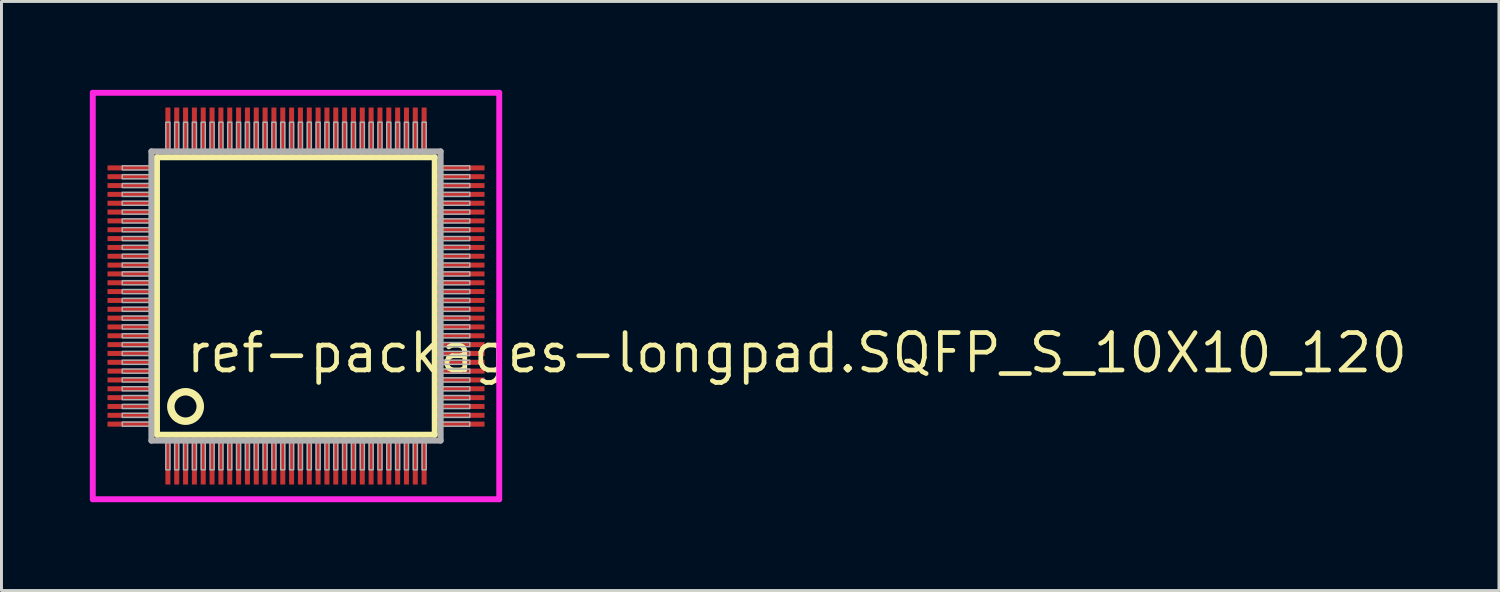
<source format=kicad_pcb>
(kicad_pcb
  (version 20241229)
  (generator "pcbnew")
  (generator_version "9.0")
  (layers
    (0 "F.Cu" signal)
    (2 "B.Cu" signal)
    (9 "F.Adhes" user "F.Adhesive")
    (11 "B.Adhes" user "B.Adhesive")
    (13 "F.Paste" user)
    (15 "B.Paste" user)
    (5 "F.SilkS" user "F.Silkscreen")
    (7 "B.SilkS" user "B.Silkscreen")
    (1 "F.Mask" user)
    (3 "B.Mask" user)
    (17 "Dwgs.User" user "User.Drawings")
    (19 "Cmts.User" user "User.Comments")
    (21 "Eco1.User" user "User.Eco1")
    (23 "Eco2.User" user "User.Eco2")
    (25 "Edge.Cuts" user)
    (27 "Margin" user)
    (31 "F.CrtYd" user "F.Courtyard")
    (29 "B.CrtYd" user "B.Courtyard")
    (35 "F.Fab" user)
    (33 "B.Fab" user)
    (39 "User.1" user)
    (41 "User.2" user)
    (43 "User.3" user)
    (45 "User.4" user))
  (footprint "ref-packages-longpad.SQFP_S_10X10_120"
    (layer "F.Cu")
    (at 7 7)
    (property "Reference" "ref-packages-longpad.SQFP_S_10X10_120" (at -3.81 2.675 0) (layer "F.SilkS") (effects (font (size 1.27 1.27) (thickness 0.16)) (justify left bottom)))
    (attr smd)
    (fp_line (start -4.72 -4.71) (end 4.71 -4.71) (stroke (width 0.203) (type default)) (layer "F.SilkS"))
    (fp_line (start -4.72 4.71) (end -4.72 -4.71) (stroke (width 0.203) (type default)) (layer "F.SilkS"))
    (fp_line (start 4.71 -4.71) (end 4.71 4.71) (stroke (width 0.203) (type default)) (layer "F.SilkS"))
    (fp_line (start 4.71 4.71) (end -4.72 4.71) (stroke (width 0.203) (type default)) (layer "F.SilkS"))
    (fp_circle (center -3.75 3.75) (end -3.25 3.75) (stroke (width 0.254) (type default)) (fill no) (layer "F.SilkS"))
    (fp_line (start -6.9 -6.9) (end 6.9 -6.9) (stroke (width 0.2) (type default)) (layer "F.CrtYd"))
    (fp_line (start -6.9 6.9) (end -6.9 -6.9) (stroke (width 0.2) (type default)) (layer "F.CrtYd"))
    (fp_line (start 6.9 -6.9) (end 6.9 6.9) (stroke (width 0.2) (type default)) (layer "F.CrtYd"))
    (fp_line (start 6.9 6.9) (end -6.9 6.9) (stroke (width 0.2) (type default)) (layer "F.CrtYd"))
    (fp_line (start -4.91 -4.91) (end -4.91 4.91) (stroke (width 0.203) (type default)) (layer "F.Fab"))
    (fp_line (start -4.91 4.91) (end 4.91 4.91) (stroke (width 0.203) (type default)) (layer "F.Fab"))
    (fp_line (start 4.91 -4.91) (end -4.91 -4.91) (stroke (width 0.203) (type default)) (layer "F.Fab"))
    (fp_line (start 4.91 4.91) (end 4.91 -4.91) (stroke (width 0.203) (type default)) (layer "F.Fab"))
    (fp_rect (start -5.9 -4.28) (end -4.95 -4.42) (stroke (width 0.05) (type default)) (fill no) (layer "F.Fab"))
    (fp_rect (start -5.9 -3.98) (end -4.95 -4.12) (stroke (width 0.05) (type default)) (fill no) (layer "F.Fab"))
    (fp_rect (start -5.9 -3.68) (end -4.95 -3.82) (stroke (width 0.05) (type default)) (fill no) (layer "F.Fab"))
    (fp_rect (start -5.9 -3.38) (end -4.95 -3.52) (stroke (width 0.05) (type default)) (fill no) (layer "F.Fab"))
    (fp_rect (start -5.9 -3.08) (end -4.95 -3.22) (stroke (width 0.05) (type default)) (fill no) (layer "F.Fab"))
    (fp_rect (start -5.9 -2.78) (end -4.95 -2.92) (stroke (width 0.05) (type default)) (fill no) (layer "F.Fab"))
    (fp_rect (start -5.9 -2.48) (end -4.95 -2.62) (stroke (width 0.05) (type default)) (fill no) (layer "F.Fab"))
    (fp_rect (start -5.9 -2.18) (end -4.95 -2.32) (stroke (width 0.05) (type default)) (fill no) (layer "F.Fab"))
    (fp_rect (start -5.9 -1.88) (end -4.95 -2.02) (stroke (width 0.05) (type default)) (fill no) (layer "F.Fab"))
    (fp_rect (start -5.9 -1.58) (end -4.95 -1.72) (stroke (width 0.05) (type default)) (fill no) (layer "F.Fab"))
    (fp_rect (start -5.9 -1.28) (end -4.95 -1.42) (stroke (width 0.05) (type default)) (fill no) (layer "F.Fab"))
    (fp_rect (start -5.9 -0.98) (end -4.95 -1.12) (stroke (width 0.05) (type default)) (fill no) (layer "F.Fab"))
    (fp_rect (start -5.9 -0.68) (end -4.95 -0.82) (stroke (width 0.05) (type default)) (fill no) (layer "F.Fab"))
    (fp_rect (start -5.9 -0.38) (end -4.95 -0.52) (stroke (width 0.05) (type default)) (fill no) (layer "F.Fab"))
    (fp_rect (start -5.9 -0.08) (end -4.95 -0.22) (stroke (width 0.05) (type default)) (fill no) (layer "F.Fab"))
    (fp_rect (start -5.9 0.22) (end -4.95 0.08) (stroke (width 0.05) (type default)) (fill no) (layer "F.Fab"))
    (fp_rect (start -5.9 0.52) (end -4.95 0.38) (stroke (width 0.05) (type default)) (fill no) (layer "F.Fab"))
    (fp_rect (start -5.9 0.82) (end -4.95 0.68) (stroke (width 0.05) (type default)) (fill no) (layer "F.Fab"))
    (fp_rect (start -5.9 1.12) (end -4.95 0.98) (stroke (width 0.05) (type default)) (fill no) (layer "F.Fab"))
    (fp_rect (start -5.9 1.42) (end -4.95 1.28) (stroke (width 0.05) (type default)) (fill no) (layer "F.Fab"))
    (fp_rect (start -5.9 1.72) (end -4.95 1.58) (stroke (width 0.05) (type default)) (fill no) (layer "F.Fab"))
    (fp_rect (start -5.9 2.02) (end -4.95 1.88) (stroke (width 0.05) (type default)) (fill no) (layer "F.Fab"))
    (fp_rect (start -5.9 2.32) (end -4.95 2.18) (stroke (width 0.05) (type default)) (fill no) (layer "F.Fab"))
    (fp_rect (start -5.9 2.62) (end -4.95 2.48) (stroke (width 0.05) (type default)) (fill no) (layer "F.Fab"))
    (fp_rect (start -5.9 2.92) (end -4.95 2.78) (stroke (width 0.05) (type default)) (fill no) (layer "F.Fab"))
    (fp_rect (start -5.9 3.22) (end -4.95 3.08) (stroke (width 0.05) (type default)) (fill no) (layer "F.Fab"))
    (fp_rect (start -5.9 3.52) (end -4.95 3.38) (stroke (width 0.05) (type default)) (fill no) (layer "F.Fab"))
    (fp_rect (start -5.9 3.82) (end -4.95 3.68) (stroke (width 0.05) (type default)) (fill no) (layer "F.Fab"))
    (fp_rect (start -5.9 4.12) (end -4.95 3.98) (stroke (width 0.05) (type default)) (fill no) (layer "F.Fab"))
    (fp_rect (start -5.9 4.42) (end -4.95 4.28) (stroke (width 0.05) (type default)) (fill no) (layer "F.Fab"))
    (fp_rect (start -4.42 -4.95) (end -4.28 -5.9) (stroke (width 0.05) (type default)) (fill no) (layer "F.Fab"))
    (fp_rect (start -4.42 5.9) (end -4.28 4.95) (stroke (width 0.05) (type default)) (fill no) (layer "F.Fab"))
    (fp_rect (start -4.12 -4.95) (end -3.98 -5.9) (stroke (width 0.05) (type default)) (fill no) (layer "F.Fab"))
    (fp_rect (start -4.12 5.9) (end -3.98 4.95) (stroke (width 0.05) (type default)) (fill no) (layer "F.Fab"))
    (fp_rect (start -3.82 -4.95) (end -3.68 -5.9) (stroke (width 0.05) (type default)) (fill no) (layer "F.Fab"))
    (fp_rect (start -3.82 5.9) (end -3.68 4.95) (stroke (width 0.05) (type default)) (fill no) (layer "F.Fab"))
    (fp_rect (start -3.52 -4.95) (end -3.38 -5.9) (stroke (width 0.05) (type default)) (fill no) (layer "F.Fab"))
    (fp_rect (start -3.52 5.9) (end -3.38 4.95) (stroke (width 0.05) (type default)) (fill no) (layer "F.Fab"))
    (fp_rect (start -3.22 -4.95) (end -3.08 -5.9) (stroke (width 0.05) (type default)) (fill no) (layer "F.Fab"))
    (fp_rect (start -3.22 5.9) (end -3.08 4.95) (stroke (width 0.05) (type default)) (fill no) (layer "F.Fab"))
    (fp_rect (start -2.92 -4.95) (end -2.78 -5.9) (stroke (width 0.05) (type default)) (fill no) (layer "F.Fab"))
    (fp_rect (start -2.92 5.9) (end -2.78 4.95) (stroke (width 0.05) (type default)) (fill no) (layer "F.Fab"))
    (fp_rect (start -2.62 -4.95) (end -2.48 -5.9) (stroke (width 0.05) (type default)) (fill no) (layer "F.Fab"))
    (fp_rect (start -2.62 5.9) (end -2.48 4.95) (stroke (width 0.05) (type default)) (fill no) (layer "F.Fab"))
    (fp_rect (start -2.32 -4.95) (end -2.18 -5.9) (stroke (width 0.05) (type default)) (fill no) (layer "F.Fab"))
    (fp_rect (start -2.32 5.9) (end -2.18 4.95) (stroke (width 0.05) (type default)) (fill no) (layer "F.Fab"))
    (fp_rect (start -2.02 -4.95) (end -1.88 -5.9) (stroke (width 0.05) (type default)) (fill no) (layer "F.Fab"))
    (fp_rect (start -2.02 5.9) (end -1.88 4.95) (stroke (width 0.05) (type default)) (fill no) (layer "F.Fab"))
    (fp_rect (start -1.72 -4.95) (end -1.58 -5.9) (stroke (width 0.05) (type default)) (fill no) (layer "F.Fab"))
    (fp_rect (start -1.72 5.9) (end -1.58 4.95) (stroke (width 0.05) (type default)) (fill no) (layer "F.Fab"))
    (fp_rect (start -1.42 -4.95) (end -1.28 -5.9) (stroke (width 0.05) (type default)) (fill no) (layer "F.Fab"))
    (fp_rect (start -1.42 5.9) (end -1.28 4.95) (stroke (width 0.05) (type default)) (fill no) (layer "F.Fab"))
    (fp_rect (start -1.12 -4.95) (end -0.98 -5.9) (stroke (width 0.05) (type default)) (fill no) (layer "F.Fab"))
    (fp_rect (start -1.12 5.9) (end -0.98 4.95) (stroke (width 0.05) (type default)) (fill no) (layer "F.Fab"))
    (fp_rect (start -0.82 -4.95) (end -0.68 -5.9) (stroke (width 0.05) (type default)) (fill no) (layer "F.Fab"))
    (fp_rect (start -0.82 5.9) (end -0.68 4.95) (stroke (width 0.05) (type default)) (fill no) (layer "F.Fab"))
    (fp_rect (start -0.52 -4.95) (end -0.38 -5.9) (stroke (width 0.05) (type default)) (fill no) (layer "F.Fab"))
    (fp_rect (start -0.52 5.9) (end -0.38 4.95) (stroke (width 0.05) (type default)) (fill no) (layer "F.Fab"))
    (fp_rect (start -0.22 -4.95) (end -0.08 -5.9) (stroke (width 0.05) (type default)) (fill no) (layer "F.Fab"))
    (fp_rect (start -0.22 5.9) (end -0.08 4.95) (stroke (width 0.05) (type default)) (fill no) (layer "F.Fab"))
    (fp_rect (start 0.08 -4.95) (end 0.22 -5.9) (stroke (width 0.05) (type default)) (fill no) (layer "F.Fab"))
    (fp_rect (start 0.08 5.9) (end 0.22 4.95) (stroke (width 0.05) (type default)) (fill no) (layer "F.Fab"))
    (fp_rect (start 0.38 -4.95) (end 0.52 -5.9) (stroke (width 0.05) (type default)) (fill no) (layer "F.Fab"))
    (fp_rect (start 0.38 5.9) (end 0.52 4.95) (stroke (width 0.05) (type default)) (fill no) (layer "F.Fab"))
    (fp_rect (start 0.68 -4.95) (end 0.82 -5.9) (stroke (width 0.05) (type default)) (fill no) (layer "F.Fab"))
    (fp_rect (start 0.68 5.9) (end 0.82 4.95) (stroke (width 0.05) (type default)) (fill no) (layer "F.Fab"))
    (fp_rect (start 0.98 -4.95) (end 1.12 -5.9) (stroke (width 0.05) (type default)) (fill no) (layer "F.Fab"))
    (fp_rect (start 0.98 5.9) (end 1.12 4.95) (stroke (width 0.05) (type default)) (fill no) (layer "F.Fab"))
    (fp_rect (start 1.28 -4.95) (end 1.42 -5.9) (stroke (width 0.05) (type default)) (fill no) (layer "F.Fab"))
    (fp_rect (start 1.28 5.9) (end 1.42 4.95) (stroke (width 0.05) (type default)) (fill no) (layer "F.Fab"))
    (fp_rect (start 1.58 -4.95) (end 1.72 -5.9) (stroke (width 0.05) (type default)) (fill no) (layer "F.Fab"))
    (fp_rect (start 1.58 5.9) (end 1.72 4.95) (stroke (width 0.05) (type default)) (fill no) (layer "F.Fab"))
    (fp_rect (start 1.88 -4.95) (end 2.02 -5.9) (stroke (width 0.05) (type default)) (fill no) (layer "F.Fab"))
    (fp_rect (start 1.88 5.9) (end 2.02 4.95) (stroke (width 0.05) (type default)) (fill no) (layer "F.Fab"))
    (fp_rect (start 2.18 -4.95) (end 2.32 -5.9) (stroke (width 0.05) (type default)) (fill no) (layer "F.Fab"))
    (fp_rect (start 2.18 5.9) (end 2.32 4.95) (stroke (width 0.05) (type default)) (fill no) (layer "F.Fab"))
    (fp_rect (start 2.48 -4.95) (end 2.62 -5.9) (stroke (width 0.05) (type default)) (fill no) (layer "F.Fab"))
    (fp_rect (start 2.48 5.9) (end 2.62 4.95) (stroke (width 0.05) (type default)) (fill no) (layer "F.Fab"))
    (fp_rect (start 2.78 -4.95) (end 2.92 -5.9) (stroke (width 0.05) (type default)) (fill no) (layer "F.Fab"))
    (fp_rect (start 2.78 5.9) (end 2.92 4.95) (stroke (width 0.05) (type default)) (fill no) (layer "F.Fab"))
    (fp_rect (start 3.08 -4.95) (end 3.22 -5.9) (stroke (width 0.05) (type default)) (fill no) (layer "F.Fab"))
    (fp_rect (start 3.08 5.9) (end 3.22 4.95) (stroke (width 0.05) (type default)) (fill no) (layer "F.Fab"))
    (fp_rect (start 3.38 -4.95) (end 3.52 -5.9) (stroke (width 0.05) (type default)) (fill no) (layer "F.Fab"))
    (fp_rect (start 3.38 5.9) (end 3.52 4.95) (stroke (width 0.05) (type default)) (fill no) (layer "F.Fab"))
    (fp_rect (start 3.68 -4.95) (end 3.82 -5.9) (stroke (width 0.05) (type default)) (fill no) (layer "F.Fab"))
    (fp_rect (start 3.68 5.9) (end 3.82 4.95) (stroke (width 0.05) (type default)) (fill no) (layer "F.Fab"))
    (fp_rect (start 3.98 -4.95) (end 4.12 -5.9) (stroke (width 0.05) (type default)) (fill no) (layer "F.Fab"))
    (fp_rect (start 3.98 5.9) (end 4.12 4.95) (stroke (width 0.05) (type default)) (fill no) (layer "F.Fab"))
    (fp_rect (start 4.28 -4.95) (end 4.42 -5.9) (stroke (width 0.05) (type default)) (fill no) (layer "F.Fab"))
    (fp_rect (start 4.28 5.9) (end 4.42 4.95) (stroke (width 0.05) (type default)) (fill no) (layer "F.Fab"))
    (fp_rect (start 4.95 -4.28) (end 5.9 -4.42) (stroke (width 0.05) (type default)) (fill no) (layer "F.Fab"))
    (fp_rect (start 4.95 -3.98) (end 5.9 -4.12) (stroke (width 0.05) (type default)) (fill no) (layer "F.Fab"))
    (fp_rect (start 4.95 -3.68) (end 5.9 -3.82) (stroke (width 0.05) (type default)) (fill no) (layer "F.Fab"))
    (fp_rect (start 4.95 -3.38) (end 5.9 -3.52) (stroke (width 0.05) (type default)) (fill no) (layer "F.Fab"))
    (fp_rect (start 4.95 -3.08) (end 5.9 -3.22) (stroke (width 0.05) (type default)) (fill no) (layer "F.Fab"))
    (fp_rect (start 4.95 -2.78) (end 5.9 -2.92) (stroke (width 0.05) (type default)) (fill no) (layer "F.Fab"))
    (fp_rect (start 4.95 -2.48) (end 5.9 -2.62) (stroke (width 0.05) (type default)) (fill no) (layer "F.Fab"))
    (fp_rect (start 4.95 -2.18) (end 5.9 -2.32) (stroke (width 0.05) (type default)) (fill no) (layer "F.Fab"))
    (fp_rect (start 4.95 -1.88) (end 5.9 -2.02) (stroke (width 0.05) (type default)) (fill no) (layer "F.Fab"))
    (fp_rect (start 4.95 -1.58) (end 5.9 -1.72) (stroke (width 0.05) (type default)) (fill no) (layer "F.Fab"))
    (fp_rect (start 4.95 -1.28) (end 5.9 -1.42) (stroke (width 0.05) (type default)) (fill no) (layer "F.Fab"))
    (fp_rect (start 4.95 -0.98) (end 5.9 -1.12) (stroke (width 0.05) (type default)) (fill no) (layer "F.Fab"))
    (fp_rect (start 4.95 -0.68) (end 5.9 -0.82) (stroke (width 0.05) (type default)) (fill no) (layer "F.Fab"))
    (fp_rect (start 4.95 -0.38) (end 5.9 -0.52) (stroke (width 0.05) (type default)) (fill no) (layer "F.Fab"))
    (fp_rect (start 4.95 -0.08) (end 5.9 -0.22) (stroke (width 0.05) (type default)) (fill no) (layer "F.Fab"))
    (fp_rect (start 4.95 0.22) (end 5.9 0.08) (stroke (width 0.05) (type default)) (fill no) (layer "F.Fab"))
    (fp_rect (start 4.95 0.52) (end 5.9 0.38) (stroke (width 0.05) (type default)) (fill no) (layer "F.Fab"))
    (fp_rect (start 4.95 0.82) (end 5.9 0.68) (stroke (width 0.05) (type default)) (fill no) (layer "F.Fab"))
    (fp_rect (start 4.95 1.12) (end 5.9 0.98) (stroke (width 0.05) (type default)) (fill no) (layer "F.Fab"))
    (fp_rect (start 4.95 1.42) (end 5.9 1.28) (stroke (width 0.05) (type default)) (fill no) (layer "F.Fab"))
    (fp_rect (start 4.95 1.72) (end 5.9 1.58) (stroke (width 0.05) (type default)) (fill no) (layer "F.Fab"))
    (fp_rect (start 4.95 2.02) (end 5.9 1.88) (stroke (width 0.05) (type default)) (fill no) (layer "F.Fab"))
    (fp_rect (start 4.95 2.32) (end 5.9 2.18) (stroke (width 0.05) (type default)) (fill no) (layer "F.Fab"))
    (fp_rect (start 4.95 2.62) (end 5.9 2.48) (stroke (width 0.05) (type default)) (fill no) (layer "F.Fab"))
    (fp_rect (start 4.95 2.92) (end 5.9 2.78) (stroke (width 0.05) (type default)) (fill no) (layer "F.Fab"))
    (fp_rect (start 4.95 3.22) (end 5.9 3.08) (stroke (width 0.05) (type default)) (fill no) (layer "F.Fab"))
    (fp_rect (start 4.95 3.52) (end 5.9 3.38) (stroke (width 0.05) (type default)) (fill no) (layer "F.Fab"))
    (fp_rect (start 4.95 3.82) (end 5.9 3.68) (stroke (width 0.05) (type default)) (fill no) (layer "F.Fab"))
    (fp_rect (start 4.95 4.12) (end 5.9 3.98) (stroke (width 0.05) (type default)) (fill no) (layer "F.Fab"))
    (fp_rect (start 4.95 4.42) (end 5.9 4.28) (stroke (width 0.05) (type default)) (fill no) (layer "F.Fab"))
    (pad "1" smd roundrect (at -4.35 5.6) (size 0.17 1.6) (layers "F.Cu" "F.Mask" "F.Paste") (roundrect_rratio 0.01))
    (pad "2" smd roundrect (at -4.05 5.6) (size 0.17 1.6) (layers "F.Cu" "F.Mask" "F.Paste") (roundrect_rratio 0.01))
    (pad "3" smd roundrect (at -3.75 5.6) (size 0.17 1.6) (layers "F.Cu" "F.Mask" "F.Paste") (roundrect_rratio 0.01))
    (pad "4" smd roundrect (at -3.45 5.6) (size 0.17 1.6) (layers "F.Cu" "F.Mask" "F.Paste") (roundrect_rratio 0.01))
    (pad "5" smd roundrect (at -3.15 5.6) (size 0.17 1.6) (layers "F.Cu" "F.Mask" "F.Paste") (roundrect_rratio 0.01))
    (pad "6" smd roundrect (at -2.85 5.6) (size 0.17 1.6) (layers "F.Cu" "F.Mask" "F.Paste") (roundrect_rratio 0.01))
    (pad "7" smd roundrect (at -2.55 5.6) (size 0.17 1.6) (layers "F.Cu" "F.Mask" "F.Paste") (roundrect_rratio 0.01))
    (pad "8" smd roundrect (at -2.25 5.6) (size 0.17 1.6) (layers "F.Cu" "F.Mask" "F.Paste") (roundrect_rratio 0.01))
    (pad "9" smd roundrect (at -1.95 5.6) (size 0.17 1.6) (layers "F.Cu" "F.Mask" "F.Paste") (roundrect_rratio 0.01))
    (pad "10" smd roundrect (at -1.65 5.6) (size 0.17 1.6) (layers "F.Cu" "F.Mask" "F.Paste") (roundrect_rratio 0.01))
    (pad "11" smd roundrect (at -1.35 5.6) (size 0.17 1.6) (layers "F.Cu" "F.Mask" "F.Paste") (roundrect_rratio 0.01))
    (pad "12" smd roundrect (at -1.05 5.6) (size 0.17 1.6) (layers "F.Cu" "F.Mask" "F.Paste") (roundrect_rratio 0.01))
    (pad "13" smd roundrect (at -0.75 5.6) (size 0.17 1.6) (layers "F.Cu" "F.Mask" "F.Paste") (roundrect_rratio 0.01))
    (pad "14" smd roundrect (at -0.45 5.6) (size 0.17 1.6) (layers "F.Cu" "F.Mask" "F.Paste") (roundrect_rratio 0.01))
    (pad "15" smd roundrect (at -0.15 5.6) (size 0.17 1.6) (layers "F.Cu" "F.Mask" "F.Paste") (roundrect_rratio 0.01))
    (pad "16" smd roundrect (at 0.15 5.6) (size 0.17 1.6) (layers "F.Cu" "F.Mask" "F.Paste") (roundrect_rratio 0.01))
    (pad "17" smd roundrect (at 0.45 5.6) (size 0.17 1.6) (layers "F.Cu" "F.Mask" "F.Paste") (roundrect_rratio 0.01))
    (pad "18" smd roundrect (at 0.75 5.6) (size 0.17 1.6) (layers "F.Cu" "F.Mask" "F.Paste") (roundrect_rratio 0.01))
    (pad "19" smd roundrect (at 1.05 5.6) (size 0.17 1.6) (layers "F.Cu" "F.Mask" "F.Paste") (roundrect_rratio 0.01))
    (pad "20" smd roundrect (at 1.35 5.6) (size 0.17 1.6) (layers "F.Cu" "F.Mask" "F.Paste") (roundrect_rratio 0.01))
    (pad "21" smd roundrect (at 1.65 5.6) (size 0.17 1.6) (layers "F.Cu" "F.Mask" "F.Paste") (roundrect_rratio 0.01))
    (pad "22" smd roundrect (at 1.95 5.6) (size 0.17 1.6) (layers "F.Cu" "F.Mask" "F.Paste") (roundrect_rratio 0.01))
    (pad "23" smd roundrect (at 2.25 5.6) (size 0.17 1.6) (layers "F.Cu" "F.Mask" "F.Paste") (roundrect_rratio 0.01))
    (pad "24" smd roundrect (at 2.55 5.6) (size 0.17 1.6) (layers "F.Cu" "F.Mask" "F.Paste") (roundrect_rratio 0.01))
    (pad "25" smd roundrect (at 2.85 5.6) (size 0.17 1.6) (layers "F.Cu" "F.Mask" "F.Paste") (roundrect_rratio 0.01))
    (pad "26" smd roundrect (at 3.15 5.6) (size 0.17 1.6) (layers "F.Cu" "F.Mask" "F.Paste") (roundrect_rratio 0.01))
    (pad "27" smd roundrect (at 3.45 5.6) (size 0.17 1.6) (layers "F.Cu" "F.Mask" "F.Paste") (roundrect_rratio 0.01))
    (pad "28" smd roundrect (at 3.75 5.6) (size 0.17 1.6) (layers "F.Cu" "F.Mask" "F.Paste") (roundrect_rratio 0.01))
    (pad "29" smd roundrect (at 4.05 5.6) (size 0.17 1.6) (layers "F.Cu" "F.Mask" "F.Paste") (roundrect_rratio 0.01))
    (pad "30" smd roundrect (at 4.35 5.6) (size 0.17 1.6) (layers "F.Cu" "F.Mask" "F.Paste") (roundrect_rratio 0.01))
    (pad "31" smd roundrect (at 5.6 4.35) (size 1.6 0.17) (layers "F.Cu" "F.Mask" "F.Paste") (roundrect_rratio 0.01))
    (pad "32" smd roundrect (at 5.6 4.05) (size 1.6 0.17) (layers "F.Cu" "F.Mask" "F.Paste") (roundrect_rratio 0.01))
    (pad "33" smd roundrect (at 5.6 3.75) (size 1.6 0.17) (layers "F.Cu" "F.Mask" "F.Paste") (roundrect_rratio 0.01))
    (pad "34" smd roundrect (at 5.6 3.45) (size 1.6 0.17) (layers "F.Cu" "F.Mask" "F.Paste") (roundrect_rratio 0.01))
    (pad "35" smd roundrect (at 5.6 3.15) (size 1.6 0.17) (layers "F.Cu" "F.Mask" "F.Paste") (roundrect_rratio 0.01))
    (pad "36" smd roundrect (at 5.6 2.85) (size 1.6 0.17) (layers "F.Cu" "F.Mask" "F.Paste") (roundrect_rratio 0.01))
    (pad "37" smd roundrect (at 5.6 2.55) (size 1.6 0.17) (layers "F.Cu" "F.Mask" "F.Paste") (roundrect_rratio 0.01))
    (pad "38" smd roundrect (at 5.6 2.25) (size 1.6 0.17) (layers "F.Cu" "F.Mask" "F.Paste") (roundrect_rratio 0.01))
    (pad "39" smd roundrect (at 5.6 1.95) (size 1.6 0.17) (layers "F.Cu" "F.Mask" "F.Paste") (roundrect_rratio 0.01))
    (pad "40" smd roundrect (at 5.6 1.65) (size 1.6 0.17) (layers "F.Cu" "F.Mask" "F.Paste") (roundrect_rratio 0.01))
    (pad "41" smd roundrect (at 5.6 1.35) (size 1.6 0.17) (layers "F.Cu" "F.Mask" "F.Paste") (roundrect_rratio 0.01))
    (pad "42" smd roundrect (at 5.6 1.05) (size 1.6 0.17) (layers "F.Cu" "F.Mask" "F.Paste") (roundrect_rratio 0.01))
    (pad "43" smd roundrect (at 5.6 0.75) (size 1.6 0.17) (layers "F.Cu" "F.Mask" "F.Paste") (roundrect_rratio 0.01))
    (pad "44" smd roundrect (at 5.6 0.45) (size 1.6 0.17) (layers "F.Cu" "F.Mask" "F.Paste") (roundrect_rratio 0.01))
    (pad "45" smd roundrect (at 5.6 0.15) (size 1.6 0.17) (layers "F.Cu" "F.Mask" "F.Paste") (roundrect_rratio 0.01))
    (pad "46" smd roundrect (at 5.6 -0.15) (size 1.6 0.17) (layers "F.Cu" "F.Mask" "F.Paste") (roundrect_rratio 0.01))
    (pad "47" smd roundrect (at 5.6 -0.45) (size 1.6 0.17) (layers "F.Cu" "F.Mask" "F.Paste") (roundrect_rratio 0.01))
    (pad "48" smd roundrect (at 5.6 -0.75) (size 1.6 0.17) (layers "F.Cu" "F.Mask" "F.Paste") (roundrect_rratio 0.01))
    (pad "49" smd roundrect (at 5.6 -1.05) (size 1.6 0.17) (layers "F.Cu" "F.Mask" "F.Paste") (roundrect_rratio 0.01))
    (pad "50" smd roundrect (at 5.6 -1.35) (size 1.6 0.17) (layers "F.Cu" "F.Mask" "F.Paste") (roundrect_rratio 0.01))
    (pad "51" smd roundrect (at 5.6 -1.65) (size 1.6 0.17) (layers "F.Cu" "F.Mask" "F.Paste") (roundrect_rratio 0.01))
    (pad "52" smd roundrect (at 5.6 -1.95) (size 1.6 0.17) (layers "F.Cu" "F.Mask" "F.Paste") (roundrect_rratio 0.01))
    (pad "53" smd roundrect (at 5.6 -2.25) (size 1.6 0.17) (layers "F.Cu" "F.Mask" "F.Paste") (roundrect_rratio 0.01))
    (pad "54" smd roundrect (at 5.6 -2.55) (size 1.6 0.17) (layers "F.Cu" "F.Mask" "F.Paste") (roundrect_rratio 0.01))
    (pad "55" smd roundrect (at 5.6 -2.85) (size 1.6 0.17) (layers "F.Cu" "F.Mask" "F.Paste") (roundrect_rratio 0.01))
    (pad "56" smd roundrect (at 5.6 -3.15) (size 1.6 0.17) (layers "F.Cu" "F.Mask" "F.Paste") (roundrect_rratio 0.01))
    (pad "57" smd roundrect (at 5.6 -3.45) (size 1.6 0.17) (layers "F.Cu" "F.Mask" "F.Paste") (roundrect_rratio 0.01))
    (pad "58" smd roundrect (at 5.6 -3.75) (size 1.6 0.17) (layers "F.Cu" "F.Mask" "F.Paste") (roundrect_rratio 0.01))
    (pad "59" smd roundrect (at 5.6 -4.05) (size 1.6 0.17) (layers "F.Cu" "F.Mask" "F.Paste") (roundrect_rratio 0.01))
    (pad "60" smd roundrect (at 5.6 -4.35) (size 1.6 0.17) (layers "F.Cu" "F.Mask" "F.Paste") (roundrect_rratio 0.01))
    (pad "61" smd roundrect (at 4.35 -5.6) (size 0.17 1.6) (layers "F.Cu" "F.Mask" "F.Paste") (roundrect_rratio 0.01))
    (pad "62" smd roundrect (at 4.05 -5.6) (size 0.17 1.6) (layers "F.Cu" "F.Mask" "F.Paste") (roundrect_rratio 0.01))
    (pad "63" smd roundrect (at 3.75 -5.6) (size 0.17 1.6) (layers "F.Cu" "F.Mask" "F.Paste") (roundrect_rratio 0.01))
    (pad "64" smd roundrect (at 3.45 -5.6) (size 0.17 1.6) (layers "F.Cu" "F.Mask" "F.Paste") (roundrect_rratio 0.01))
    (pad "65" smd roundrect (at 3.15 -5.6) (size 0.17 1.6) (layers "F.Cu" "F.Mask" "F.Paste") (roundrect_rratio 0.01))
    (pad "66" smd roundrect (at 2.85 -5.6) (size 0.17 1.6) (layers "F.Cu" "F.Mask" "F.Paste") (roundrect_rratio 0.01))
    (pad "67" smd roundrect (at 2.55 -5.6) (size 0.17 1.6) (layers "F.Cu" "F.Mask" "F.Paste") (roundrect_rratio 0.01))
    (pad "68" smd roundrect (at 2.25 -5.6) (size 0.17 1.6) (layers "F.Cu" "F.Mask" "F.Paste") (roundrect_rratio 0.01))
    (pad "69" smd roundrect (at 1.95 -5.6) (size 0.17 1.6) (layers "F.Cu" "F.Mask" "F.Paste") (roundrect_rratio 0.01))
    (pad "70" smd roundrect (at 1.65 -5.6) (size 0.17 1.6) (layers "F.Cu" "F.Mask" "F.Paste") (roundrect_rratio 0.01))
    (pad "71" smd roundrect (at 1.35 -5.6) (size 0.17 1.6) (layers "F.Cu" "F.Mask" "F.Paste") (roundrect_rratio 0.01))
    (pad "72" smd roundrect (at 1.05 -5.6) (size 0.17 1.6) (layers "F.Cu" "F.Mask" "F.Paste") (roundrect_rratio 0.01))
    (pad "73" smd roundrect (at 0.75 -5.6) (size 0.17 1.6) (layers "F.Cu" "F.Mask" "F.Paste") (roundrect_rratio 0.01))
    (pad "74" smd roundrect (at 0.45 -5.6) (size 0.17 1.6) (layers "F.Cu" "F.Mask" "F.Paste") (roundrect_rratio 0.01))
    (pad "75" smd roundrect (at 0.15 -5.6) (size 0.17 1.6) (layers "F.Cu" "F.Mask" "F.Paste") (roundrect_rratio 0.01))
    (pad "76" smd roundrect (at -0.15 -5.6) (size 0.17 1.6) (layers "F.Cu" "F.Mask" "F.Paste") (roundrect_rratio 0.01))
    (pad "77" smd roundrect (at -0.45 -5.6) (size 0.17 1.6) (layers "F.Cu" "F.Mask" "F.Paste") (roundrect_rratio 0.01))
    (pad "78" smd roundrect (at -0.75 -5.6) (size 0.17 1.6) (layers "F.Cu" "F.Mask" "F.Paste") (roundrect_rratio 0.01))
    (pad "79" smd roundrect (at -1.05 -5.6) (size 0.17 1.6) (layers "F.Cu" "F.Mask" "F.Paste") (roundrect_rratio 0.01))
    (pad "80" smd roundrect (at -1.35 -5.6) (size 0.17 1.6) (layers "F.Cu" "F.Mask" "F.Paste") (roundrect_rratio 0.01))
    (pad "81" smd roundrect (at -1.65 -5.6) (size 0.17 1.6) (layers "F.Cu" "F.Mask" "F.Paste") (roundrect_rratio 0.01))
    (pad "82" smd roundrect (at -1.95 -5.6) (size 0.17 1.6) (layers "F.Cu" "F.Mask" "F.Paste") (roundrect_rratio 0.01))
    (pad "83" smd roundrect (at -2.25 -5.6) (size 0.17 1.6) (layers "F.Cu" "F.Mask" "F.Paste") (roundrect_rratio 0.01))
    (pad "84" smd roundrect (at -2.55 -5.6) (size 0.17 1.6) (layers "F.Cu" "F.Mask" "F.Paste") (roundrect_rratio 0.01))
    (pad "85" smd roundrect (at -2.85 -5.6) (size 0.17 1.6) (layers "F.Cu" "F.Mask" "F.Paste") (roundrect_rratio 0.01))
    (pad "86" smd roundrect (at -3.15 -5.6) (size 0.17 1.6) (layers "F.Cu" "F.Mask" "F.Paste") (roundrect_rratio 0.01))
    (pad "87" smd roundrect (at -3.45 -5.6) (size 0.17 1.6) (layers "F.Cu" "F.Mask" "F.Paste") (roundrect_rratio 0.01))
    (pad "88" smd roundrect (at -3.75 -5.6) (size 0.17 1.6) (layers "F.Cu" "F.Mask" "F.Paste") (roundrect_rratio 0.01))
    (pad "89" smd roundrect (at -4.05 -5.6) (size 0.17 1.6) (layers "F.Cu" "F.Mask" "F.Paste") (roundrect_rratio 0.01))
    (pad "90" smd roundrect (at -4.35 -5.6) (size 0.17 1.6) (layers "F.Cu" "F.Mask" "F.Paste") (roundrect_rratio 0.01))
    (pad "91" smd roundrect (at -5.6 -4.35) (size 1.6 0.17) (layers "F.Cu" "F.Mask" "F.Paste") (roundrect_rratio 0.01))
    (pad "92" smd roundrect (at -5.6 -4.05) (size 1.6 0.17) (layers "F.Cu" "F.Mask" "F.Paste") (roundrect_rratio 0.01))
    (pad "93" smd roundrect (at -5.6 -3.75) (size 1.6 0.17) (layers "F.Cu" "F.Mask" "F.Paste") (roundrect_rratio 0.01))
    (pad "94" smd roundrect (at -5.6 -3.45) (size 1.6 0.17) (layers "F.Cu" "F.Mask" "F.Paste") (roundrect_rratio 0.01))
    (pad "95" smd roundrect (at -5.6 -3.15) (size 1.6 0.17) (layers "F.Cu" "F.Mask" "F.Paste") (roundrect_rratio 0.01))
    (pad "96" smd roundrect (at -5.6 -2.85) (size 1.6 0.17) (layers "F.Cu" "F.Mask" "F.Paste") (roundrect_rratio 0.01))
    (pad "97" smd roundrect (at -5.6 -2.55) (size 1.6 0.17) (layers "F.Cu" "F.Mask" "F.Paste") (roundrect_rratio 0.01))
    (pad "98" smd roundrect (at -5.6 -2.25) (size 1.6 0.17) (layers "F.Cu" "F.Mask" "F.Paste") (roundrect_rratio 0.01))
    (pad "99" smd roundrect (at -5.6 -1.95) (size 1.6 0.17) (layers "F.Cu" "F.Mask" "F.Paste") (roundrect_rratio 0.01))
    (pad "100" smd roundrect (at -5.6 -1.65) (size 1.6 0.17) (layers "F.Cu" "F.Mask" "F.Paste") (roundrect_rratio 0.01))
    (pad "101" smd roundrect (at -5.6 -1.35) (size 1.6 0.17) (layers "F.Cu" "F.Mask" "F.Paste") (roundrect_rratio 0.01))
    (pad "102" smd roundrect (at -5.6 -1.05) (size 1.6 0.17) (layers "F.Cu" "F.Mask" "F.Paste") (roundrect_rratio 0.01))
    (pad "103" smd roundrect (at -5.6 -0.75) (size 1.6 0.17) (layers "F.Cu" "F.Mask" "F.Paste") (roundrect_rratio 0.01))
    (pad "104" smd roundrect (at -5.6 -0.45) (size 1.6 0.17) (layers "F.Cu" "F.Mask" "F.Paste") (roundrect_rratio 0.01))
    (pad "105" smd roundrect (at -5.6 -0.15) (size 1.6 0.17) (layers "F.Cu" "F.Mask" "F.Paste") (roundrect_rratio 0.01))
    (pad "106" smd roundrect (at -5.6 0.15) (size 1.6 0.17) (layers "F.Cu" "F.Mask" "F.Paste") (roundrect_rratio 0.01))
    (pad "107" smd roundrect (at -5.6 0.45) (size 1.6 0.17) (layers "F.Cu" "F.Mask" "F.Paste") (roundrect_rratio 0.01))
    (pad "108" smd roundrect (at -5.6 0.75) (size 1.6 0.17) (layers "F.Cu" "F.Mask" "F.Paste") (roundrect_rratio 0.01))
    (pad "109" smd roundrect (at -5.6 1.05) (size 1.6 0.17) (layers "F.Cu" "F.Mask" "F.Paste") (roundrect_rratio 0.01))
    (pad "110" smd roundrect (at -5.6 1.35) (size 1.6 0.17) (layers "F.Cu" "F.Mask" "F.Paste") (roundrect_rratio 0.01))
    (pad "111" smd roundrect (at -5.6 1.65) (size 1.6 0.17) (layers "F.Cu" "F.Mask" "F.Paste") (roundrect_rratio 0.01))
    (pad "112" smd roundrect (at -5.6 1.95) (size 1.6 0.17) (layers "F.Cu" "F.Mask" "F.Paste") (roundrect_rratio 0.01))
    (pad "113" smd roundrect (at -5.6 2.25) (size 1.6 0.17) (layers "F.Cu" "F.Mask" "F.Paste") (roundrect_rratio 0.01))
    (pad "114" smd roundrect (at -5.6 2.55) (size 1.6 0.17) (layers "F.Cu" "F.Mask" "F.Paste") (roundrect_rratio 0.01))
    (pad "115" smd roundrect (at -5.6 2.85) (size 1.6 0.17) (layers "F.Cu" "F.Mask" "F.Paste") (roundrect_rratio 0.01))
    (pad "116" smd roundrect (at -5.6 3.15) (size 1.6 0.17) (layers "F.Cu" "F.Mask" "F.Paste") (roundrect_rratio 0.01))
    (pad "117" smd roundrect (at -5.6 3.45) (size 1.6 0.17) (layers "F.Cu" "F.Mask" "F.Paste") (roundrect_rratio 0.01))
    (pad "118" smd roundrect (at -5.6 3.75) (size 1.6 0.17) (layers "F.Cu" "F.Mask" "F.Paste") (roundrect_rratio 0.01))
    (pad "119" smd roundrect (at -5.6 4.05) (size 1.6 0.17) (layers "F.Cu" "F.Mask" "F.Paste") (roundrect_rratio 0.01))
    (pad "120" smd roundrect (at -5.6 4.35) (size 1.6 0.17) (layers "F.Cu" "F.Mask" "F.Paste") (roundrect_rratio 0.01)))
  (gr_rect
    (start -3 -3)
    (end 47.842 17)
    (stroke (width 0.1) (type default))
    (fill no)
    (layer "Edge.Cuts")))
</source>
